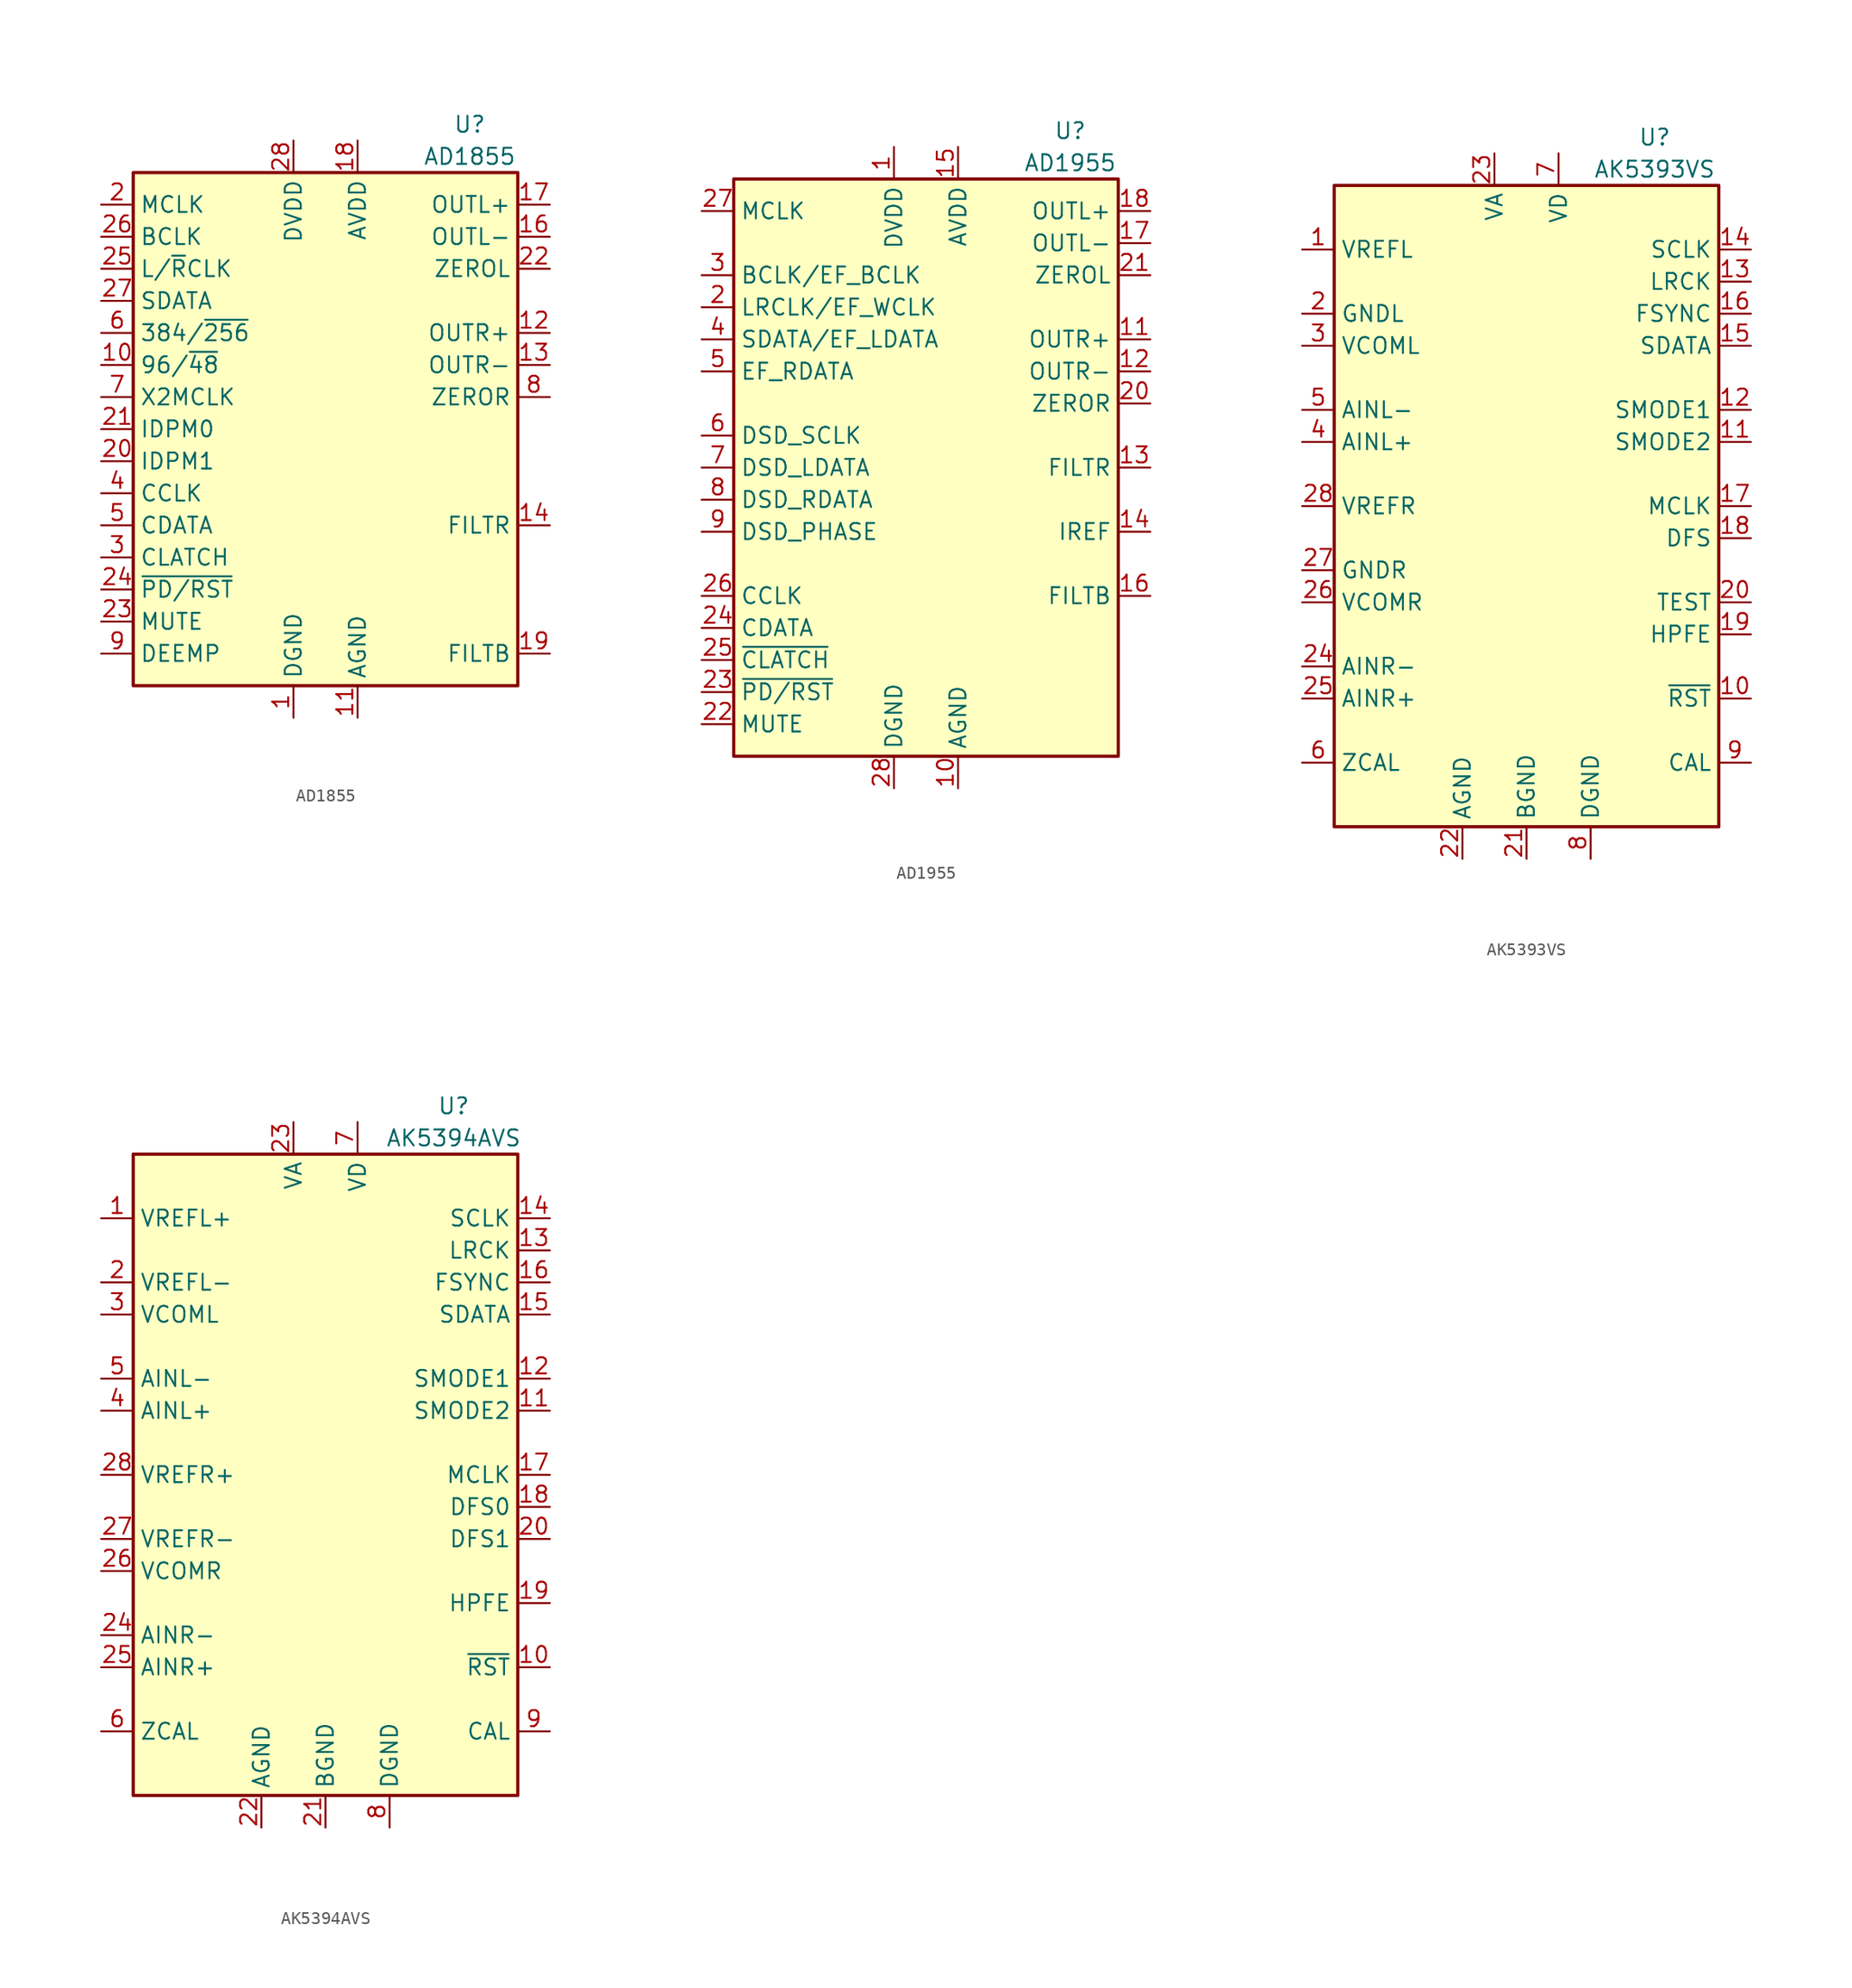
<source format=kicad_sym>
(kicad_symbol_lib
  (version 20201005)
  (generator kicad_symbol_editor)
  (symbol "AD1855"
    (property "Reference" "U"
      (at 11.43 24.13 0)
      (effects (font (size 1.27 1.27))))
    (property "Value" "AD1855"
      (at 11.43 21.59 0)
      (effects (font (size 1.27 1.27))))
    (symbol "AD1855_0_1"
      (rectangle (start -15.24 20.32) (end 15.24 -20.32) (stroke (width 0.254)) (fill (type background))))
    (symbol "AD1855_1_1"
      (pin power_in line (at -2.54 -22.86 90) (length 2.54) (name "DGND" (effects (font (size 1.27 1.27)))) (number "1" (effects (font (size 1.27 1.27)))))
      (pin input line (at -17.78 5.08 0) (length 2.54) (name "96/~48" (effects (font (size 1.27 1.27)))) (number "10" (effects (font (size 1.27 1.27)))))
      (pin power_in line (at 2.54 -22.86 90) (length 2.54) (name "AGND" (effects (font (size 1.27 1.27)))) (number "11" (effects (font (size 1.27 1.27)))))
      (pin output line (at 17.78 7.62 180) (length 2.54) (name "OUTR+" (effects (font (size 1.27 1.27)))) (number "12" (effects (font (size 1.27 1.27)))))
      (pin output line (at 17.78 5.08 180) (length 2.54) (name "OUTR-" (effects (font (size 1.27 1.27)))) (number "13" (effects (font (size 1.27 1.27)))))
      (pin output line (at 17.78 -7.62 180) (length 2.54) (name "FILTR" (effects (font (size 1.27 1.27)))) (number "14" (effects (font (size 1.27 1.27)))))
      (pin passive line (at 2.54 -22.86 90) (length 2.54) hide (name "AGND" (effects (font (size 1.27 1.27)))) (number "15" (effects (font (size 1.27 1.27)))))
      (pin output line (at 17.78 15.24 180) (length 2.54) (name "OUTL-" (effects (font (size 1.27 1.27)))) (number "16" (effects (font (size 1.27 1.27)))))
      (pin output line (at 17.78 17.78 180) (length 2.54) (name "OUTL+" (effects (font (size 1.27 1.27)))) (number "17" (effects (font (size 1.27 1.27)))))
      (pin power_in line (at 2.54 22.86 270) (length 2.54) (name "AVDD" (effects (font (size 1.27 1.27)))) (number "18" (effects (font (size 1.27 1.27)))))
      (pin output line (at 17.78 -17.78 180) (length 2.54) (name "FILTB" (effects (font (size 1.27 1.27)))) (number "19" (effects (font (size 1.27 1.27)))))
      (pin input line (at -17.78 17.78 0) (length 2.54) (name "MCLK" (effects (font (size 1.27 1.27)))) (number "2" (effects (font (size 1.27 1.27)))))
      (pin input line (at -17.78 -2.54 0) (length 2.54) (name "IDPM1" (effects (font (size 1.27 1.27)))) (number "20" (effects (font (size 1.27 1.27)))))
      (pin input line (at -17.78 0 0) (length 2.54) (name "IDPM0" (effects (font (size 1.27 1.27)))) (number "21" (effects (font (size 1.27 1.27)))))
      (pin output line (at 17.78 12.7 180) (length 2.54) (name "ZEROL" (effects (font (size 1.27 1.27)))) (number "22" (effects (font (size 1.27 1.27)))))
      (pin input line (at -17.78 -15.24 0) (length 2.54) (name "MUTE" (effects (font (size 1.27 1.27)))) (number "23" (effects (font (size 1.27 1.27)))))
      (pin input line (at -17.78 -12.7 0) (length 2.54) (name "~PD/RST" (effects (font (size 1.27 1.27)))) (number "24" (effects (font (size 1.27 1.27)))))
      (pin input line (at -17.78 12.7 0) (length 2.54) (name "L/~R~CLK" (effects (font (size 1.27 1.27)))) (number "25" (effects (font (size 1.27 1.27)))))
      (pin input line (at -17.78 15.24 0) (length 2.54) (name "BCLK" (effects (font (size 1.27 1.27)))) (number "26" (effects (font (size 1.27 1.27)))))
      (pin input line (at -17.78 10.16 0) (length 2.54) (name "SDATA" (effects (font (size 1.27 1.27)))) (number "27" (effects (font (size 1.27 1.27)))))
      (pin power_in line (at -2.54 22.86 270) (length 2.54) (name "DVDD" (effects (font (size 1.27 1.27)))) (number "28" (effects (font (size 1.27 1.27)))))
      (pin input line (at -17.78 -10.16 0) (length 2.54) (name "CLATCH" (effects (font (size 1.27 1.27)))) (number "3" (effects (font (size 1.27 1.27)))))
      (pin input line (at -17.78 -5.08 0) (length 2.54) (name "CCLK" (effects (font (size 1.27 1.27)))) (number "4" (effects (font (size 1.27 1.27)))))
      (pin input line (at -17.78 -7.62 0) (length 2.54) (name "CDATA" (effects (font (size 1.27 1.27)))) (number "5" (effects (font (size 1.27 1.27)))))
      (pin input line (at -17.78 7.62 0) (length 2.54) (name "384/~256" (effects (font (size 1.27 1.27)))) (number "6" (effects (font (size 1.27 1.27)))))
      (pin input line (at -17.78 2.54 0) (length 2.54) (name "X2MCLK" (effects (font (size 1.27 1.27)))) (number "7" (effects (font (size 1.27 1.27)))))
      (pin output line (at 17.78 2.54 180) (length 2.54) (name "ZEROR" (effects (font (size 1.27 1.27)))) (number "8" (effects (font (size 1.27 1.27)))))
      (pin input line (at -17.78 -17.78 0) (length 2.54) (name "DEEMP" (effects (font (size 1.27 1.27)))) (number "9" (effects (font (size 1.27 1.27)))))))
  (symbol "AD1955"
    (property "Reference" "U"
      (at 11.43 26.67 0)
      (effects (font (size 1.27 1.27))))
    (property "Value" "AD1955"
      (at 11.43 24.13 0)
      (effects (font (size 1.27 1.27))))
    (symbol "AD1955_0_1"
      (rectangle (start -15.24 22.86) (end 15.24 -22.86) (stroke (width 0.254)) (fill (type background))))
    (symbol "AD1955_1_1"
      (pin power_in line (at -2.54 25.4 270) (length 2.54) (name "DVDD" (effects (font (size 1.27 1.27)))) (number "1" (effects (font (size 1.27 1.27)))))
      (pin power_in line (at 2.54 -25.4 90) (length 2.54) (name "AGND" (effects (font (size 1.27 1.27)))) (number "10" (effects (font (size 1.27 1.27)))))
      (pin output line (at 17.78 10.16 180) (length 2.54) (name "OUTR+" (effects (font (size 1.27 1.27)))) (number "11" (effects (font (size 1.27 1.27)))))
      (pin output line (at 17.78 7.62 180) (length 2.54) (name "OUTR-" (effects (font (size 1.27 1.27)))) (number "12" (effects (font (size 1.27 1.27)))))
      (pin output line (at 17.78 0 180) (length 2.54) (name "FILTR" (effects (font (size 1.27 1.27)))) (number "13" (effects (font (size 1.27 1.27)))))
      (pin passive line (at 17.78 -5.08 180) (length 2.54) (name "IREF" (effects (font (size 1.27 1.27)))) (number "14" (effects (font (size 1.27 1.27)))))
      (pin power_in line (at 2.54 25.4 270) (length 2.54) (name "AVDD" (effects (font (size 1.27 1.27)))) (number "15" (effects (font (size 1.27 1.27)))))
      (pin output line (at 17.78 -10.16 180) (length 2.54) (name "FILTB" (effects (font (size 1.27 1.27)))) (number "16" (effects (font (size 1.27 1.27)))))
      (pin output line (at 17.78 17.78 180) (length 2.54) (name "OUTL-" (effects (font (size 1.27 1.27)))) (number "17" (effects (font (size 1.27 1.27)))))
      (pin output line (at 17.78 20.32 180) (length 2.54) (name "OUTL+" (effects (font (size 1.27 1.27)))) (number "18" (effects (font (size 1.27 1.27)))))
      (pin passive line (at 2.54 -25.4 90) (length 2.54) hide (name "AGND" (effects (font (size 1.27 1.27)))) (number "19" (effects (font (size 1.27 1.27)))))
      (pin input line (at -17.78 12.7 0) (length 2.54) (name "LRCLK/EF_WCLK" (effects (font (size 1.27 1.27)))) (number "2" (effects (font (size 1.27 1.27)))))
      (pin output line (at 17.78 5.08 180) (length 2.54) (name "ZEROR" (effects (font (size 1.27 1.27)))) (number "20" (effects (font (size 1.27 1.27)))))
      (pin output line (at 17.78 15.24 180) (length 2.54) (name "ZEROL" (effects (font (size 1.27 1.27)))) (number "21" (effects (font (size 1.27 1.27)))))
      (pin input line (at -17.78 -20.32 0) (length 2.54) (name "MUTE" (effects (font (size 1.27 1.27)))) (number "22" (effects (font (size 1.27 1.27)))))
      (pin input line (at -17.78 -17.78 0) (length 2.54) (name "~PD/RST" (effects (font (size 1.27 1.27)))) (number "23" (effects (font (size 1.27 1.27)))))
      (pin input line (at -17.78 -12.7 0) (length 2.54) (name "CDATA" (effects (font (size 1.27 1.27)))) (number "24" (effects (font (size 1.27 1.27)))))
      (pin input line (at -17.78 -15.24 0) (length 2.54) (name "~CLATCH" (effects (font (size 1.27 1.27)))) (number "25" (effects (font (size 1.27 1.27)))))
      (pin input line (at -17.78 -10.16 0) (length 2.54) (name "CCLK" (effects (font (size 1.27 1.27)))) (number "26" (effects (font (size 1.27 1.27)))))
      (pin input line (at -17.78 20.32 0) (length 2.54) (name "MCLK" (effects (font (size 1.27 1.27)))) (number "27" (effects (font (size 1.27 1.27)))))
      (pin power_in line (at -2.54 -25.4 90) (length 2.54) (name "DGND" (effects (font (size 1.27 1.27)))) (number "28" (effects (font (size 1.27 1.27)))))
      (pin input line (at -17.78 15.24 0) (length 2.54) (name "BCLK/EF_BCLK" (effects (font (size 1.27 1.27)))) (number "3" (effects (font (size 1.27 1.27)))))
      (pin input line (at -17.78 10.16 0) (length 2.54) (name "SDATA/EF_LDATA" (effects (font (size 1.27 1.27)))) (number "4" (effects (font (size 1.27 1.27)))))
      (pin input line (at -17.78 7.62 0) (length 2.54) (name "EF_RDATA" (effects (font (size 1.27 1.27)))) (number "5" (effects (font (size 1.27 1.27)))))
      (pin bidirectional line (at -17.78 2.54 0) (length 2.54) (name "DSD_SCLK" (effects (font (size 1.27 1.27)))) (number "6" (effects (font (size 1.27 1.27)))))
      (pin input line (at -17.78 0 0) (length 2.54) (name "DSD_LDATA" (effects (font (size 1.27 1.27)))) (number "7" (effects (font (size 1.27 1.27)))))
      (pin input line (at -17.78 -2.54 0) (length 2.54) (name "DSD_RDATA" (effects (font (size 1.27 1.27)))) (number "8" (effects (font (size 1.27 1.27)))))
      (pin bidirectional line (at -17.78 -5.08 0) (length 2.54) (name "DSD_PHASE" (effects (font (size 1.27 1.27)))) (number "9" (effects (font (size 1.27 1.27)))))))
  (symbol "AK5393VS"
    (property "Reference" "U"
      (at 10.16 29.21 0)
      (effects (font (size 1.27 1.27))))
    (property "Value" "AK5393VS"
      (at 10.16 26.67 0)
      (effects (font (size 1.27 1.27))))
    (symbol "AK5393VS_0_1"
      (rectangle (start -15.24 25.4) (end 15.24 -25.4) (stroke (width 0.254)) (fill (type background))))
    (symbol "AK5393VS_1_1"
      (pin output line (at -17.78 20.32 0) (length 2.54) (name "VREFL" (effects (font (size 1.27 1.27)))) (number "1" (effects (font (size 1.27 1.27)))))
      (pin input line (at 17.78 -15.24 180) (length 2.54) (name "~RST~" (effects (font (size 1.27 1.27)))) (number "10" (effects (font (size 1.27 1.27)))))
      (pin input line (at 17.78 5.08 180) (length 2.54) (name "SMODE2" (effects (font (size 1.27 1.27)))) (number "11" (effects (font (size 1.27 1.27)))))
      (pin input line (at 17.78 7.62 180) (length 2.54) (name "SMODE1" (effects (font (size 1.27 1.27)))) (number "12" (effects (font (size 1.27 1.27)))))
      (pin bidirectional line (at 17.78 17.78 180) (length 2.54) (name "LRCK" (effects (font (size 1.27 1.27)))) (number "13" (effects (font (size 1.27 1.27)))))
      (pin bidirectional line (at 17.78 20.32 180) (length 2.54) (name "SCLK" (effects (font (size 1.27 1.27)))) (number "14" (effects (font (size 1.27 1.27)))))
      (pin output line (at 17.78 12.7 180) (length 2.54) (name "SDATA" (effects (font (size 1.27 1.27)))) (number "15" (effects (font (size 1.27 1.27)))))
      (pin bidirectional line (at 17.78 15.24 180) (length 2.54) (name "FSYNC" (effects (font (size 1.27 1.27)))) (number "16" (effects (font (size 1.27 1.27)))))
      (pin input line (at 17.78 0 180) (length 2.54) (name "MCLK" (effects (font (size 1.27 1.27)))) (number "17" (effects (font (size 1.27 1.27)))))
      (pin input line (at 17.78 -2.54 180) (length 2.54) (name "DFS" (effects (font (size 1.27 1.27)))) (number "18" (effects (font (size 1.27 1.27)))))
      (pin input line (at 17.78 -10.16 180) (length 2.54) (name "HPFE" (effects (font (size 1.27 1.27)))) (number "19" (effects (font (size 1.27 1.27)))))
      (pin power_in line (at -17.78 15.24 0) (length 2.54) (name "GNDL" (effects (font (size 1.27 1.27)))) (number "2" (effects (font (size 1.27 1.27)))))
      (pin input line (at 17.78 -7.62 180) (length 2.54) (name "TEST" (effects (font (size 1.27 1.27)))) (number "20" (effects (font (size 1.27 1.27)))))
      (pin power_in line (at 0 -27.94 90) (length 2.54) (name "BGND" (effects (font (size 1.27 1.27)))) (number "21" (effects (font (size 1.27 1.27)))))
      (pin power_in line (at -5.08 -27.94 90) (length 2.54) (name "AGND" (effects (font (size 1.27 1.27)))) (number "22" (effects (font (size 1.27 1.27)))))
      (pin power_in line (at -2.54 27.94 270) (length 2.54) (name "VA" (effects (font (size 1.27 1.27)))) (number "23" (effects (font (size 1.27 1.27)))))
      (pin input line (at -17.78 -12.7 0) (length 2.54) (name "AINR-" (effects (font (size 1.27 1.27)))) (number "24" (effects (font (size 1.27 1.27)))))
      (pin input line (at -17.78 -15.24 0) (length 2.54) (name "AINR+" (effects (font (size 1.27 1.27)))) (number "25" (effects (font (size 1.27 1.27)))))
      (pin output line (at -17.78 -7.62 0) (length 2.54) (name "VCOMR" (effects (font (size 1.27 1.27)))) (number "26" (effects (font (size 1.27 1.27)))))
      (pin output line (at -17.78 -5.08 0) (length 2.54) (name "GNDR" (effects (font (size 1.27 1.27)))) (number "27" (effects (font (size 1.27 1.27)))))
      (pin output line (at -17.78 0 0) (length 2.54) (name "VREFR" (effects (font (size 1.27 1.27)))) (number "28" (effects (font (size 1.27 1.27)))))
      (pin output line (at -17.78 12.7 0) (length 2.54) (name "VCOML" (effects (font (size 1.27 1.27)))) (number "3" (effects (font (size 1.27 1.27)))))
      (pin input line (at -17.78 5.08 0) (length 2.54) (name "AINL+" (effects (font (size 1.27 1.27)))) (number "4" (effects (font (size 1.27 1.27)))))
      (pin input line (at -17.78 7.62 0) (length 2.54) (name "AINL-" (effects (font (size 1.27 1.27)))) (number "5" (effects (font (size 1.27 1.27)))))
      (pin input line (at -17.78 -20.32 0) (length 2.54) (name "ZCAL" (effects (font (size 1.27 1.27)))) (number "6" (effects (font (size 1.27 1.27)))))
      (pin power_in line (at 2.54 27.94 270) (length 2.54) (name "VD" (effects (font (size 1.27 1.27)))) (number "7" (effects (font (size 1.27 1.27)))))
      (pin power_in line (at 5.08 -27.94 90) (length 2.54) (name "DGND" (effects (font (size 1.27 1.27)))) (number "8" (effects (font (size 1.27 1.27)))))
      (pin output line (at 17.78 -20.32 180) (length 2.54) (name "CAL" (effects (font (size 1.27 1.27)))) (number "9" (effects (font (size 1.27 1.27)))))))
  (symbol "AK5394AVS"
    (property "Reference" "U"
      (at 10.16 29.21 0)
      (effects (font (size 1.27 1.27))))
    (property "Value" "AK5394AVS"
      (at 10.16 26.67 0)
      (effects (font (size 1.27 1.27))))
    (symbol "AK5394AVS_0_1"
      (rectangle (start -15.24 25.4) (end 15.24 -25.4) (stroke (width 0.254)) (fill (type background))))
    (symbol "AK5394AVS_1_1"
      (pin output line (at -17.78 20.32 0) (length 2.54) (name "VREFL+" (effects (font (size 1.27 1.27)))) (number "1" (effects (font (size 1.27 1.27)))))
      (pin input line (at 17.78 -15.24 180) (length 2.54) (name "~RST~" (effects (font (size 1.27 1.27)))) (number "10" (effects (font (size 1.27 1.27)))))
      (pin input line (at 17.78 5.08 180) (length 2.54) (name "SMODE2" (effects (font (size 1.27 1.27)))) (number "11" (effects (font (size 1.27 1.27)))))
      (pin input line (at 17.78 7.62 180) (length 2.54) (name "SMODE1" (effects (font (size 1.27 1.27)))) (number "12" (effects (font (size 1.27 1.27)))))
      (pin bidirectional line (at 17.78 17.78 180) (length 2.54) (name "LRCK" (effects (font (size 1.27 1.27)))) (number "13" (effects (font (size 1.27 1.27)))))
      (pin bidirectional line (at 17.78 20.32 180) (length 2.54) (name "SCLK" (effects (font (size 1.27 1.27)))) (number "14" (effects (font (size 1.27 1.27)))))
      (pin output line (at 17.78 12.7 180) (length 2.54) (name "SDATA" (effects (font (size 1.27 1.27)))) (number "15" (effects (font (size 1.27 1.27)))))
      (pin bidirectional line (at 17.78 15.24 180) (length 2.54) (name "FSYNC" (effects (font (size 1.27 1.27)))) (number "16" (effects (font (size 1.27 1.27)))))
      (pin input line (at 17.78 0 180) (length 2.54) (name "MCLK" (effects (font (size 1.27 1.27)))) (number "17" (effects (font (size 1.27 1.27)))))
      (pin input line (at 17.78 -2.54 180) (length 2.54) (name "DFS0" (effects (font (size 1.27 1.27)))) (number "18" (effects (font (size 1.27 1.27)))))
      (pin input line (at 17.78 -10.16 180) (length 2.54) (name "HPFE" (effects (font (size 1.27 1.27)))) (number "19" (effects (font (size 1.27 1.27)))))
      (pin output line (at -17.78 15.24 0) (length 2.54) (name "VREFL-" (effects (font (size 1.27 1.27)))) (number "2" (effects (font (size 1.27 1.27)))))
      (pin input line (at 17.78 -5.08 180) (length 2.54) (name "DFS1" (effects (font (size 1.27 1.27)))) (number "20" (effects (font (size 1.27 1.27)))))
      (pin power_in line (at 0 -27.94 90) (length 2.54) (name "BGND" (effects (font (size 1.27 1.27)))) (number "21" (effects (font (size 1.27 1.27)))))
      (pin power_in line (at -5.08 -27.94 90) (length 2.54) (name "AGND" (effects (font (size 1.27 1.27)))) (number "22" (effects (font (size 1.27 1.27)))))
      (pin power_in line (at -2.54 27.94 270) (length 2.54) (name "VA" (effects (font (size 1.27 1.27)))) (number "23" (effects (font (size 1.27 1.27)))))
      (pin input line (at -17.78 -12.7 0) (length 2.54) (name "AINR-" (effects (font (size 1.27 1.27)))) (number "24" (effects (font (size 1.27 1.27)))))
      (pin input line (at -17.78 -15.24 0) (length 2.54) (name "AINR+" (effects (font (size 1.27 1.27)))) (number "25" (effects (font (size 1.27 1.27)))))
      (pin output line (at -17.78 -7.62 0) (length 2.54) (name "VCOMR" (effects (font (size 1.27 1.27)))) (number "26" (effects (font (size 1.27 1.27)))))
      (pin output line (at -17.78 -5.08 0) (length 2.54) (name "VREFR-" (effects (font (size 1.27 1.27)))) (number "27" (effects (font (size 1.27 1.27)))))
      (pin output line (at -17.78 0 0) (length 2.54) (name "VREFR+" (effects (font (size 1.27 1.27)))) (number "28" (effects (font (size 1.27 1.27)))))
      (pin output line (at -17.78 12.7 0) (length 2.54) (name "VCOML" (effects (font (size 1.27 1.27)))) (number "3" (effects (font (size 1.27 1.27)))))
      (pin input line (at -17.78 5.08 0) (length 2.54) (name "AINL+" (effects (font (size 1.27 1.27)))) (number "4" (effects (font (size 1.27 1.27)))))
      (pin input line (at -17.78 7.62 0) (length 2.54) (name "AINL-" (effects (font (size 1.27 1.27)))) (number "5" (effects (font (size 1.27 1.27)))))
      (pin input line (at -17.78 -20.32 0) (length 2.54) (name "ZCAL" (effects (font (size 1.27 1.27)))) (number "6" (effects (font (size 1.27 1.27)))))
      (pin power_in line (at 2.54 27.94 270) (length 2.54) (name "VD" (effects (font (size 1.27 1.27)))) (number "7" (effects (font (size 1.27 1.27)))))
      (pin power_in line (at 5.08 -27.94 90) (length 2.54) (name "DGND" (effects (font (size 1.27 1.27)))) (number "8" (effects (font (size 1.27 1.27)))))
      (pin output line (at 17.78 -20.32 180) (length 2.54) (name "CAL" (effects (font (size 1.27 1.27)))) (number "9" (effects (font (size 1.27 1.27))))))))
</source>
